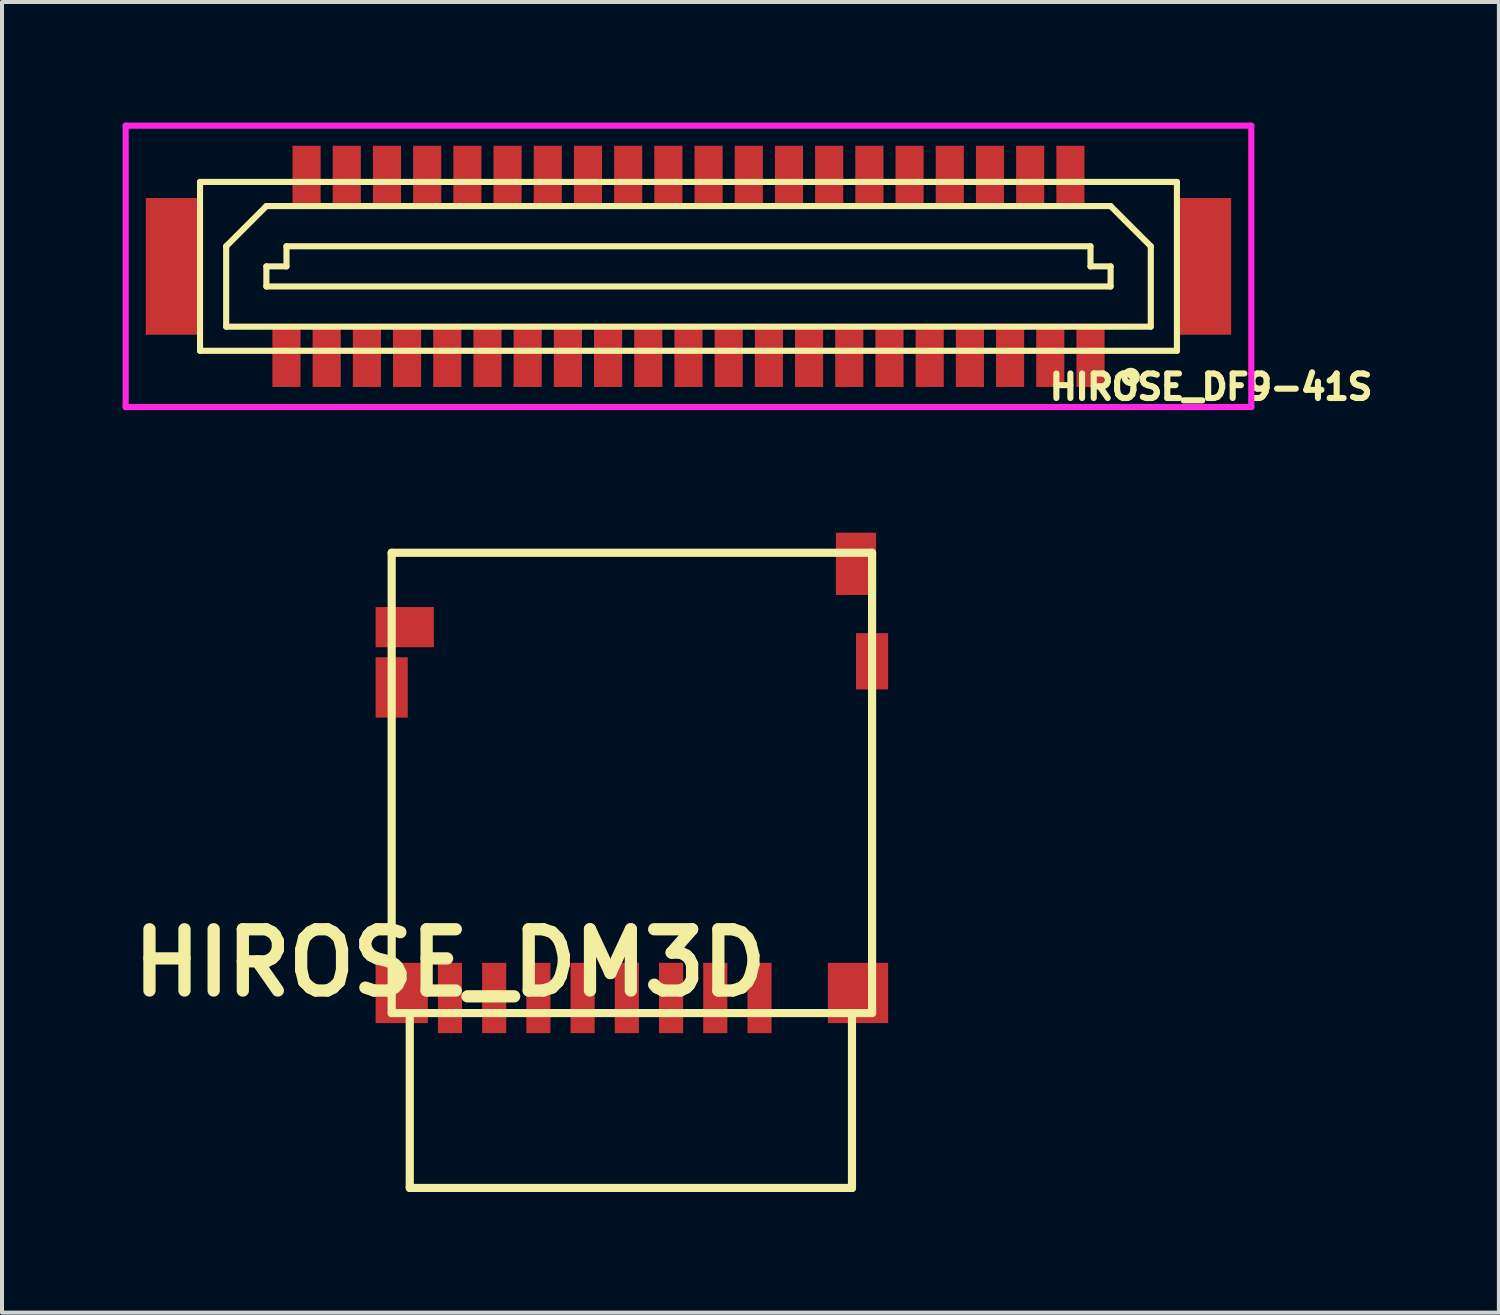
<source format=kicad_pcb>
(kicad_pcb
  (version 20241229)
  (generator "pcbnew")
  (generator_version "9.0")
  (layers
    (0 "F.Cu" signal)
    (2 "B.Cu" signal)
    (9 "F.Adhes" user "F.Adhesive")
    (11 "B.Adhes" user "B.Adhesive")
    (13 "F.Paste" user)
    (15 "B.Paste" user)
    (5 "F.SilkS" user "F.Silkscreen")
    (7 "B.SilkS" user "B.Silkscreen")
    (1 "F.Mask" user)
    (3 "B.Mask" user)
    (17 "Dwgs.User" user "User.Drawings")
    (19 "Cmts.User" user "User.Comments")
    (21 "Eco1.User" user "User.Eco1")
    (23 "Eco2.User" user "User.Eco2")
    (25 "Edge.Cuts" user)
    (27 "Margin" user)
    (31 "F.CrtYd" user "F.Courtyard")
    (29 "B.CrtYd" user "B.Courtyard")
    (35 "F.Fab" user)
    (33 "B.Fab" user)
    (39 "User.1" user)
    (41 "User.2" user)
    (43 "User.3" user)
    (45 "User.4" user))
  (footprint "HIROSE_DF9-41S"
    (layer "F.Cu")
    (at 14.076 3.576)
    (property "Reference" "HIROSE_DF9-41S" (at 13 3 0) (layer "F.SilkS") (effects (font (size 0.61 0.61) (thickness 0.152))))
    (attr through_hole)
    (fp_line (start -12.15 -2.1) (end 12.15 -2.1) (stroke (width 0.152) (type solid)) (layer "F.SilkS"))
    (fp_line (start -12.15 2.1) (end -12.15 -2.1) (stroke (width 0.152) (type solid)) (layer "F.SilkS"))
    (fp_line (start -11.5 -0.5) (end -10.5 -1.5) (stroke (width 0.152) (type solid)) (layer "F.SilkS"))
    (fp_line (start -11.5 1.5) (end -11.5 -0.5) (stroke (width 0.152) (type solid)) (layer "F.SilkS"))
    (fp_line (start -10.5 -1.5) (end 10.5 -1.5) (stroke (width 0.152) (type solid)) (layer "F.SilkS"))
    (fp_line (start -10.5 0) (end -10 0) (stroke (width 0.152) (type solid)) (layer "F.SilkS"))
    (fp_line (start -10.5 0.5) (end -10.5 0) (stroke (width 0.152) (type solid)) (layer "F.SilkS"))
    (fp_line (start -10 -0.5) (end 10 -0.5) (stroke (width 0.152) (type solid)) (layer "F.SilkS"))
    (fp_line (start -10 0) (end -10 -0.5) (stroke (width 0.152) (type solid)) (layer "F.SilkS"))
    (fp_line (start 10 -0.5) (end 10 0) (stroke (width 0.152) (type solid)) (layer "F.SilkS"))
    (fp_line (start 10 0) (end 10.5 0) (stroke (width 0.152) (type solid)) (layer "F.SilkS"))
    (fp_line (start 10.5 -1.5) (end 11.5 -0.5) (stroke (width 0.152) (type solid)) (layer "F.SilkS"))
    (fp_line (start 10.5 0) (end 10.5 0.5) (stroke (width 0.152) (type solid)) (layer "F.SilkS"))
    (fp_line (start 10.5 0.5) (end -10.5 0.5) (stroke (width 0.152) (type solid)) (layer "F.SilkS"))
    (fp_line (start 11.5 -0.5) (end 11.5 1.5) (stroke (width 0.152) (type solid)) (layer "F.SilkS"))
    (fp_line (start 11.5 1.5) (end -11.5 1.5) (stroke (width 0.152) (type solid)) (layer "F.SilkS"))
    (fp_line (start 12.15 -2.1) (end 12.15 2.1) (stroke (width 0.152) (type solid)) (layer "F.SilkS"))
    (fp_line (start 12.15 2.1) (end -12.15 2.1) (stroke (width 0.152) (type solid)) (layer "F.SilkS"))
    (fp_circle (center 11 2.75) (end 11.152 2.75) (stroke (width 0.152) (type solid)) (fill no) (layer "F.SilkS"))
    (fp_line (start -14 -3.5) (end 14 -3.5) (stroke (width 0.152) (type solid)) (layer "F.CrtYd"))
    (fp_line (start -14 3.5) (end -14 -3.5) (stroke (width 0.152) (type solid)) (layer "F.CrtYd"))
    (fp_line (start 14 -3.5) (end 14 3.5) (stroke (width 0.152) (type solid)) (layer "F.CrtYd"))
    (fp_line (start 14 3.5) (end -14 3.5) (stroke (width 0.152) (type solid)) (layer "F.CrtYd"))
    (pad "1" smd rect (at 10 2.25) (size 0.7 1.5) (layers "F.Cu" "F.Mask" "F.Paste"))
    (pad "2" smd rect (at 9.5 -2.25) (size 0.7 1.5) (layers "F.Cu" "F.Mask" "F.Paste"))
    (pad "3" smd rect (at 9 2.25) (size 0.7 1.5) (layers "F.Cu" "F.Mask" "F.Paste"))
    (pad "4" smd rect (at 8.5 -2.25) (size 0.7 1.5) (layers "F.Cu" "F.Mask" "F.Paste"))
    (pad "5" smd rect (at 8 2.25) (size 0.7 1.5) (layers "F.Cu" "F.Mask" "F.Paste"))
    (pad "6" smd rect (at 7.5 -2.25) (size 0.7 1.5) (layers "F.Cu" "F.Mask" "F.Paste"))
    (pad "7" smd rect (at 7 2.25) (size 0.7 1.5) (layers "F.Cu" "F.Mask" "F.Paste"))
    (pad "8" smd rect (at 6.5 -2.25) (size 0.7 1.5) (layers "F.Cu" "F.Mask" "F.Paste"))
    (pad "9" smd rect (at 6 2.25) (size 0.7 1.5) (layers "F.Cu" "F.Mask" "F.Paste"))
    (pad "10" smd rect (at 5.5 -2.25) (size 0.7 1.5) (layers "F.Cu" "F.Mask" "F.Paste"))
    (pad "11" smd rect (at 5 2.25) (size 0.7 1.5) (layers "F.Cu" "F.Mask" "F.Paste"))
    (pad "12" smd rect (at 4.5 -2.25) (size 0.7 1.5) (layers "F.Cu" "F.Mask" "F.Paste"))
    (pad "13" smd rect (at 4 2.25) (size 0.7 1.5) (layers "F.Cu" "F.Mask" "F.Paste"))
    (pad "14" smd rect (at 3.5 -2.25) (size 0.7 1.5) (layers "F.Cu" "F.Mask" "F.Paste"))
    (pad "15" smd rect (at 3 2.25) (size 0.7 1.5) (layers "F.Cu" "F.Mask" "F.Paste"))
    (pad "16" smd rect (at 2.5 -2.25) (size 0.7 1.5) (layers "F.Cu" "F.Mask" "F.Paste"))
    (pad "17" smd rect (at 2 2.25) (size 0.7 1.5) (layers "F.Cu" "F.Mask" "F.Paste"))
    (pad "18" smd rect (at 1.5 -2.25) (size 0.7 1.5) (layers "F.Cu" "F.Mask" "F.Paste"))
    (pad "19" smd rect (at 1 2.25) (size 0.7 1.5) (layers "F.Cu" "F.Mask" "F.Paste"))
    (pad "20" smd rect (at 0.5 -2.25) (size 0.7 1.5) (layers "F.Cu" "F.Mask" "F.Paste"))
    (pad "21" smd rect (at 0 2.25) (size 0.7 1.5) (layers "F.Cu" "F.Mask" "F.Paste"))
    (pad "22" smd rect (at -0.5 -2.25) (size 0.7 1.5) (layers "F.Cu" "F.Mask" "F.Paste"))
    (pad "23" smd rect (at -1 2.25) (size 0.7 1.5) (layers "F.Cu" "F.Mask" "F.Paste"))
    (pad "24" smd rect (at -1.5 -2.25) (size 0.7 1.5) (layers "F.Cu" "F.Mask" "F.Paste"))
    (pad "25" smd rect (at -2 2.25) (size 0.7 1.5) (layers "F.Cu" "F.Mask" "F.Paste"))
    (pad "26" smd rect (at -2.5 -2.25) (size 0.7 1.5) (layers "F.Cu" "F.Mask" "F.Paste"))
    (pad "27" smd rect (at -3 2.25) (size 0.7 1.5) (layers "F.Cu" "F.Mask" "F.Paste"))
    (pad "28" smd rect (at -3.5 -2.25) (size 0.7 1.5) (layers "F.Cu" "F.Mask" "F.Paste"))
    (pad "29" smd rect (at -4 2.25) (size 0.7 1.5) (layers "F.Cu" "F.Mask" "F.Paste"))
    (pad "30" smd rect (at -4.5 -2.25) (size 0.7 1.5) (layers "F.Cu" "F.Mask" "F.Paste"))
    (pad "31" smd rect (at -5 2.25) (size 0.7 1.5) (layers "F.Cu" "F.Mask" "F.Paste"))
    (pad "32" smd rect (at -5.5 -2.25) (size 0.7 1.5) (layers "F.Cu" "F.Mask" "F.Paste"))
    (pad "33" smd rect (at -6 2.25) (size 0.7 1.5) (layers "F.Cu" "F.Mask" "F.Paste"))
    (pad "34" smd rect (at -6.5 -2.25) (size 0.7 1.5) (layers "F.Cu" "F.Mask" "F.Paste"))
    (pad "35" smd rect (at -7 2.25) (size 0.7 1.5) (layers "F.Cu" "F.Mask" "F.Paste"))
    (pad "36" smd rect (at -7.5 -2.25) (size 0.7 1.5) (layers "F.Cu" "F.Mask" "F.Paste"))
    (pad "37" smd rect (at -8 2.25) (size 0.7 1.5) (layers "F.Cu" "F.Mask" "F.Paste"))
    (pad "38" smd rect (at -8.5 -2.25) (size 0.7 1.5) (layers "F.Cu" "F.Mask" "F.Paste"))
    (pad "39" smd rect (at -9 2.25) (size 0.7 1.5) (layers "F.Cu" "F.Mask" "F.Paste"))
    (pad "40" smd rect (at -9.5 -2.25) (size 0.7 1.5) (layers "F.Cu" "F.Mask" "F.Paste"))
    (pad "41" smd rect (at -10 2.25) (size 0.7 1.5) (layers "F.Cu" "F.Mask" "F.Paste"))
    (pad "BOSS" smd rect (at -12.85 0) (size 1.3 3.4) (layers "F.Cu" "F.Mask" "F.Paste"))
    (pad "BOSS" smd rect (at 12.85 0) (size 1.3 3.4) (layers "F.Cu" "F.Mask" "F.Paste")))
  (footprint "HIROSE_DM3D"
    (layer "F.Cu")
    (at 8.143 20.9)
    (property "Reference" "HIROSE_DM3D" (at 0 0 0) (layer "F.SilkS") (effects (font (size 1.524 1.524) (thickness 0.305))))
    (attr through_hole)
    (fp_line (start -1.45 -10.2) (end -1.45 1.25) (stroke (width 0.203) (type solid)) (layer "F.SilkS"))
    (fp_line (start -1.45 1.25) (end 10.5 1.25) (stroke (width 0.203) (type solid)) (layer "F.SilkS"))
    (fp_line (start -1 1.25) (end -1 5.6) (stroke (width 0.203) (type solid)) (layer "F.SilkS"))
    (fp_line (start -1 5.6) (end 10 5.6) (stroke (width 0.203) (type solid)) (layer "F.SilkS"))
    (fp_line (start 10 5.6) (end 10 1.25) (stroke (width 0.203) (type solid)) (layer "F.SilkS"))
    (fp_line (start 10.5 -10.2) (end -1.45 -10.2) (stroke (width 0.203) (type solid)) (layer "F.SilkS"))
    (fp_line (start 10.5 1.25) (end 10.5 -10.2) (stroke (width 0.203) (type solid)) (layer "F.SilkS"))
    (pad "0" smd rect (at -1.45 -6.85) (size 0.8 1.5) (layers "F.Cu" "F.Mask" "F.Paste"))
    (pad "0" smd rect (at -1.2 0.75) (size 1.3 1.5) (layers "F.Cu" "F.Mask" "F.Paste"))
    (pad "0" smd rect (at 10.15 0.75) (size 1.5 1.5) (layers "F.Cu" "F.Mask" "F.Paste"))
    (pad "0" smd rect (at 10.5 -7.5) (size 0.8 1.4) (layers "F.Cu" "F.Mask" "F.Paste"))
    (pad "1" smd rect (at 7.7 0.875) (size 0.6 1.75) (layers "F.Cu" "F.Mask" "F.Paste"))
    (pad "2" smd rect (at 6.6 0.875) (size 0.6 1.75) (layers "F.Cu" "F.Mask" "F.Paste"))
    (pad "3" smd rect (at 5.5 0.875) (size 0.6 1.75) (layers "F.Cu" "F.Mask" "F.Paste"))
    (pad "4" smd rect (at 4.4 0.875) (size 0.6 1.75) (layers "F.Cu" "F.Mask" "F.Paste"))
    (pad "5" smd rect (at 3.3 0.875) (size 0.6 1.75) (layers "F.Cu" "F.Mask" "F.Paste"))
    (pad "6" smd rect (at 2.2 0.875) (size 0.6 1.75) (layers "F.Cu" "F.Mask" "F.Paste"))
    (pad "7" smd rect (at 1.1 0.875) (size 0.6 1.75) (layers "F.Cu" "F.Mask" "F.Paste"))
    (pad "8" smd rect (at 0 0.875) (size 0.6 1.75) (layers "F.Cu" "F.Mask" "F.Paste"))
    (pad "A" smd rect (at -1.125 -8.35) (size 1.45 1) (layers "F.Cu" "F.Mask" "F.Paste"))
    (pad "B" smd rect (at 10.1 -9.925) (size 1 1.55) (layers "F.Cu" "F.Mask" "F.Paste")))
  (gr_rect
    (start -3 -3)
    (end 34.235 29.602)
    (stroke (width 0.1) (type default))
    (fill no)
    (layer "Edge.Cuts")))
</source>
